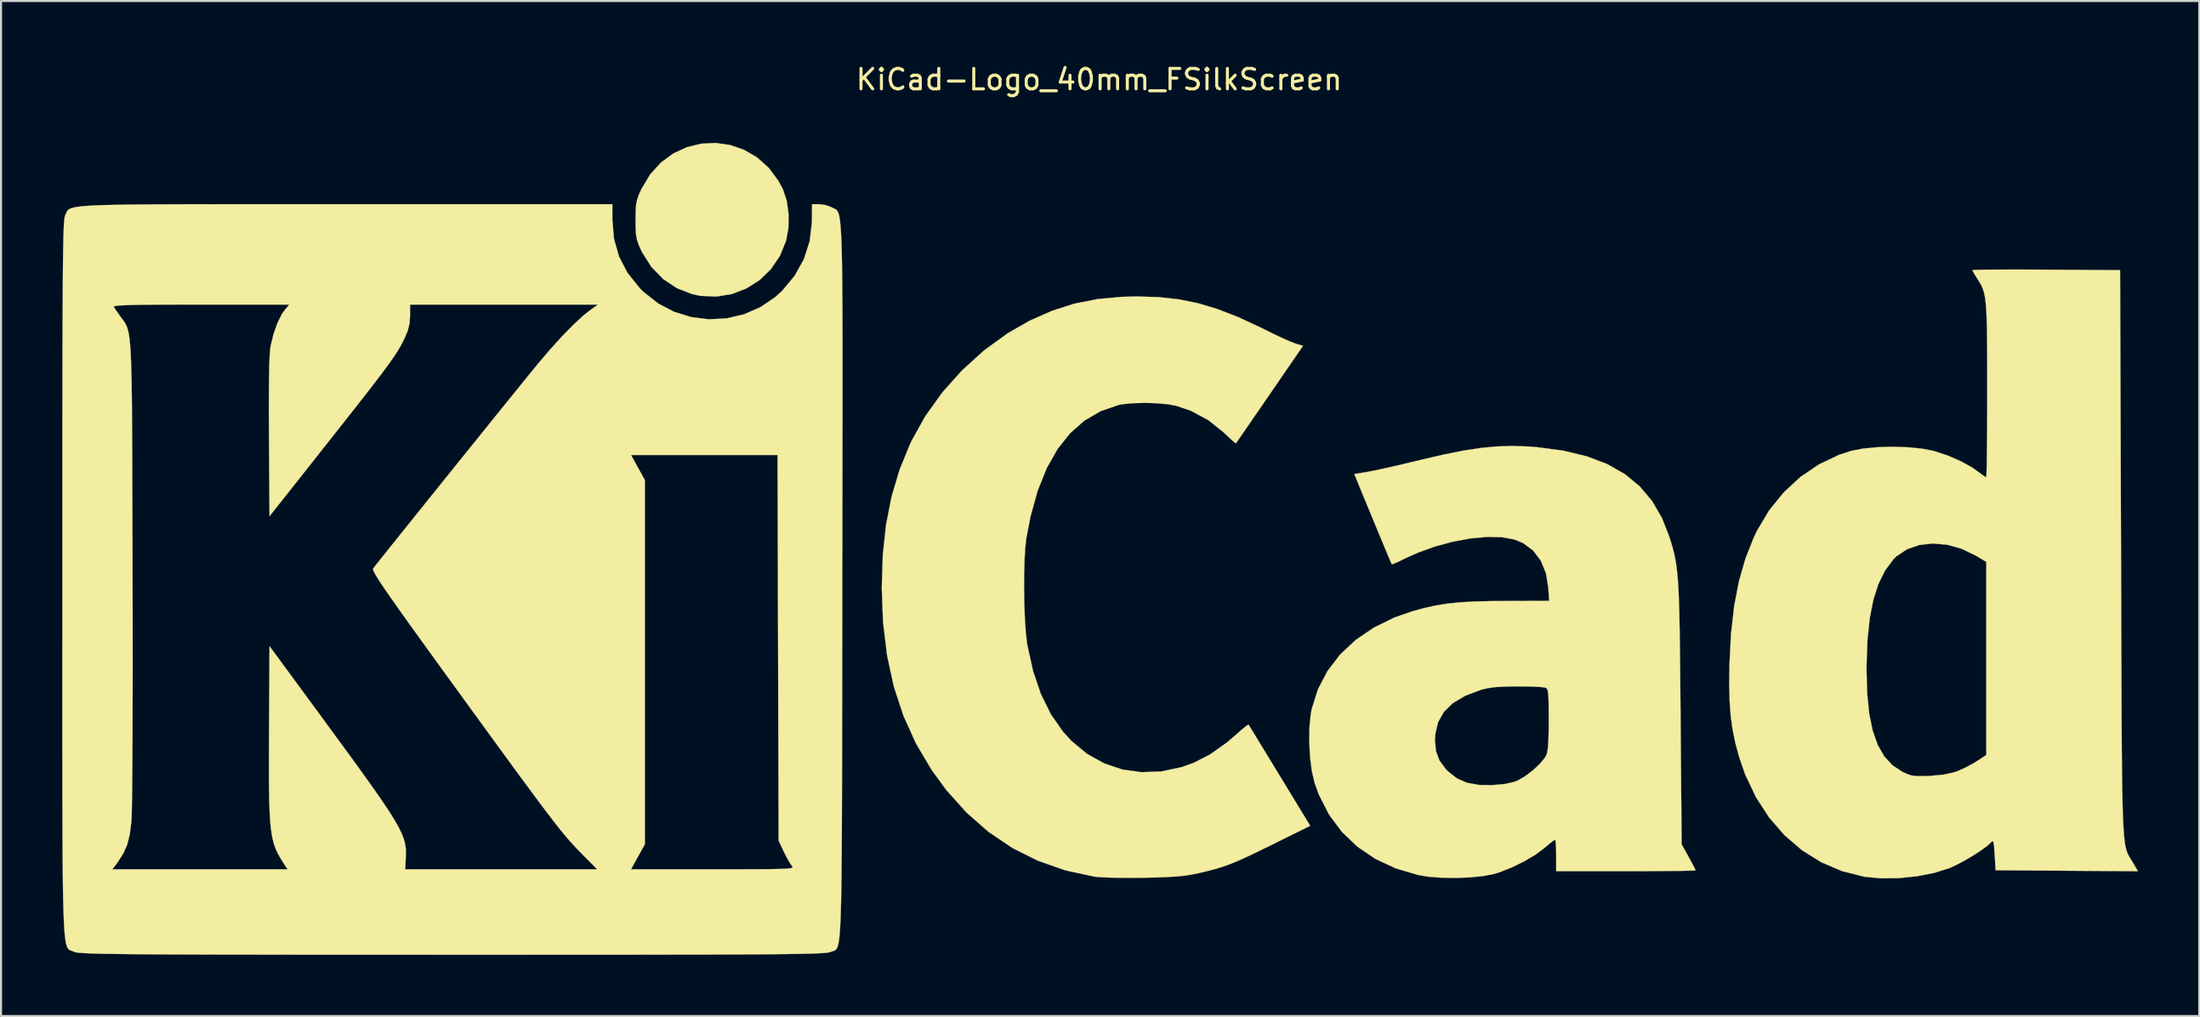
<source format=kicad_pcb>
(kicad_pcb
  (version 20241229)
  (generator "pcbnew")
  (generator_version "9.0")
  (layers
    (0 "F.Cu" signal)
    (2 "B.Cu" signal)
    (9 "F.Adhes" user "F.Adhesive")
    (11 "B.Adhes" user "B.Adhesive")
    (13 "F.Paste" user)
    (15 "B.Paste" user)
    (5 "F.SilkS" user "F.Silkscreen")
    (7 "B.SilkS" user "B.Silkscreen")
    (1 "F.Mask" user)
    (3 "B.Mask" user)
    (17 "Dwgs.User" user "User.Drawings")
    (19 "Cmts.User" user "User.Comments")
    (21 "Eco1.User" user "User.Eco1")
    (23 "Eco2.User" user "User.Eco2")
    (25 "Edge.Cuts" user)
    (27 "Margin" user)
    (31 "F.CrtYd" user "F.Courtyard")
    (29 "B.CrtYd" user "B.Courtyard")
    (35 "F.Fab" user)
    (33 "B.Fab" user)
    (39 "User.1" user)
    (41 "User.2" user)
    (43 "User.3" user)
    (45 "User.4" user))
  (footprint "KiCad-Logo_40mm_FSilkScreen"
    (layer "F.Cu")
    (at 50.806 23.708)
    (property "Reference" "KiCad-Logo_40mm_FSilkScreen" (at 0 -22.86 0) (layer "F.SilkS") (effects (font (size 1 1) (thickness 0.15))))
    (attr exclude_from_pos_files exclude_from_bom)
    (fp_poly (pts (xy -18.076 -19.651) (xy -17.392 -19.413) (xy -16.756 -19.04) (xy -16.187 -18.531) (xy -15.708 -17.886) (xy -15.493 -17.48) (xy -15.306 -16.911) (xy -15.216 -16.254) (xy -15.226 -15.579) (xy -15.337 -14.968) (xy -15.641 -14.22) (xy -16.081 -13.572) (xy -16.635 -13.035) (xy -17.282 -12.624) (xy -17.998 -12.349) (xy -18.761 -12.225) (xy -19.549 -12.263) (xy -19.938 -12.345) (xy -20.695 -12.64) (xy -21.367 -13.089) (xy -21.938 -13.679) (xy -22.393 -14.397) (xy -22.431 -14.475) (xy -22.564 -14.769) (xy -22.647 -15.017) (xy -22.693 -15.278) (xy -22.711 -15.613) (xy -22.714 -15.977) (xy -22.709 -16.415) (xy -22.686 -16.732) (xy -22.634 -16.987) (xy -22.541 -17.243) (xy -22.426 -17.496) (xy -21.998 -18.213) (xy -21.47 -18.793) (xy -20.864 -19.237) (xy -20.201 -19.545) (xy -19.501 -19.716) (xy -18.786 -19.751) (xy -18.076 -19.651)) (stroke (width 0.01) (type solid)) (fill yes) (layer "F.SilkS"))
    (fp_poly (pts (xy 2.917 -12.197) (xy 3.899 -12.09) (xy 4.85 -11.898) (xy 5.809 -11.61) (xy 6.815 -11.218) (xy 7.907 -10.711) (xy 8.103 -10.613) (xy 8.554 -10.39) (xy 8.98 -10.19) (xy 9.338 -10.031) (xy 9.586 -9.933) (xy 9.624 -9.92) (xy 9.989 -9.811) (xy 8.354 -7.432) (xy 7.954 -6.85) (xy 7.588 -6.319) (xy 7.27 -5.856) (xy 7.01 -5.479) (xy 6.822 -5.207) (xy 6.718 -5.057) (xy 6.701 -5.033) (xy 6.632 -5.083) (xy 6.463 -5.232) (xy 6.223 -5.454) (xy 6.091 -5.58) (xy 5.343 -6.175) (xy 4.502 -6.627) (xy 3.778 -6.875) (xy 3.343 -6.953) (xy 2.799 -7) (xy 2.209 -7.016) (xy 1.638 -7) (xy 1.148 -6.951) (xy 0.953 -6.914) (xy 0.074 -6.611) (xy -0.719 -6.149) (xy -1.424 -5.528) (xy -2.041 -4.75) (xy -2.569 -3.815) (xy -3.008 -2.723) (xy -3.356 -1.477) (xy -3.564 -0.41) (xy -3.618 0.061) (xy -3.655 0.67) (xy -3.675 1.372) (xy -3.678 2.125) (xy -3.666 2.883) (xy -3.637 3.605) (xy -3.593 4.245) (xy -3.534 4.76) (xy -3.521 4.839) (xy -3.239 6.12) (xy -2.855 7.253) (xy -2.366 8.244) (xy -1.771 9.098) (xy -1.348 9.559) (xy -0.588 10.186) (xy 0.245 10.651) (xy 1.138 10.951) (xy 2.076 11.083) (xy 3.045 11.046) (xy 4.031 10.837) (xy 4.614 10.632) (xy 5.422 10.221) (xy 6.253 9.633) (xy 6.719 9.235) (xy 6.981 9.004) (xy 7.187 8.835) (xy 7.304 8.754) (xy 7.318 8.751) (xy 7.37 8.835) (xy 7.506 9.054) (xy 7.713 9.392) (xy 7.979 9.829) (xy 8.295 10.346) (xy 8.647 10.924) (xy 8.843 11.246) (xy 10.342 13.707) (xy 8.471 14.632) (xy 7.795 14.964) (xy 7.247 15.226) (xy 6.794 15.43) (xy 6.402 15.591) (xy 6.039 15.72) (xy 5.67 15.831) (xy 5.262 15.937) (xy 4.871 16.03) (xy 4.523 16.102) (xy 4.159 16.156) (xy 3.744 16.196) (xy 3.239 16.224) (xy 2.609 16.244) (xy 2.185 16.252) (xy 1.579 16.258) (xy 0.999 16.255) (xy 0.481 16.245) (xy 0.066 16.227) (xy -0.209 16.202) (xy -0.226 16.2) (xy -1.656 15.891) (xy -2.999 15.421) (xy -4.254 14.793) (xy -5.421 14.005) (xy -6.499 13.058) (xy -7.489 11.953) (xy -8.206 10.97) (xy -8.969 9.684) (xy -9.585 8.326) (xy -10.059 6.885) (xy -10.392 5.35) (xy -10.588 3.711) (xy -10.65 2.046) (xy -10.599 0.435) (xy -10.439 -1.051) (xy -10.166 -2.437) (xy -9.774 -3.749) (xy -9.257 -5.012) (xy -9.196 -5.142) (xy -8.516 -6.365) (xy -7.682 -7.529) (xy -6.716 -8.609) (xy -5.643 -9.582) (xy -4.485 -10.424) (xy -3.407 -11.041) (xy -2.317 -11.524) (xy -1.225 -11.875) (xy -0.089 -12.101) (xy 1.135 -12.213) (xy 1.866 -12.23) (xy 2.917 -12.197)) (stroke (width 0.01) (type solid)) (fill yes) (layer "F.SilkS"))
    (fp_poly (pts (xy 45.37 -13.548) (xy 46.144 -13.545) (xy 46.407 -13.543) (xy 50.026 -13.519) (xy 50.072 0.364) (xy 50.078 2.247) (xy 50.083 3.956) (xy 50.088 5.501) (xy 50.093 6.891) (xy 50.098 8.133) (xy 50.104 9.238) (xy 50.111 10.214) (xy 50.12 11.07) (xy 50.13 11.814) (xy 50.142 12.456) (xy 50.157 13.005) (xy 50.174 13.468) (xy 50.195 13.855) (xy 50.219 14.176) (xy 50.246 14.438) (xy 50.278 14.651) (xy 50.314 14.823) (xy 50.355 14.963) (xy 50.401 15.08) (xy 50.453 15.184) (xy 50.511 15.282) (xy 50.574 15.384) (xy 50.644 15.498) (xy 50.659 15.522) (xy 50.9 15.934) (xy 43.927 15.886) (xy 43.881 15.12) (xy 43.856 14.753) (xy 43.83 14.54) (xy 43.795 14.456) (xy 43.743 14.473) (xy 43.699 14.522) (xy 43.507 14.699) (xy 43.195 14.926) (xy 42.806 15.177) (xy 42.384 15.424) (xy 41.974 15.64) (xy 41.659 15.782) (xy 40.921 16.015) (xy 40.074 16.181) (xy 39.181 16.272) (xy 38.304 16.282) (xy 37.506 16.205) (xy 37.493 16.203) (xy 36.401 15.929) (xy 35.379 15.492) (xy 34.436 14.903) (xy 33.583 14.169) (xy 32.829 13.301) (xy 32.185 12.308) (xy 31.659 11.2) (xy 31.373 10.378) (xy 31.185 9.691) (xy 31.045 9.026) (xy 30.949 8.342) (xy 30.894 7.599) (xy 30.875 6.757) (xy 30.883 6.069) (xy 37.601 6.069) (xy 37.633 7.222) (xy 37.733 8.215) (xy 37.905 9.055) (xy 38.152 9.752) (xy 38.476 10.314) (xy 38.881 10.75) (xy 39.348 11.058) (xy 39.592 11.173) (xy 39.803 11.242) (xy 40.038 11.274) (xy 40.354 11.276) (xy 40.695 11.264) (xy 41.364 11.205) (xy 41.894 11.089) (xy 42.06 11.031) (xy 42.44 10.86) (xy 42.841 10.645) (xy 43.016 10.538) (xy 43.471 10.239) (xy 43.471 0.776) (xy 42.971 0.476) (xy 42.272 0.136) (xy 41.559 -0.064) (xy 40.856 -0.127) (xy 40.191 -0.054) (xy 39.589 0.154) (xy 39.075 0.496) (xy 38.91 0.66) (xy 38.511 1.197) (xy 38.188 1.848) (xy 37.938 2.623) (xy 37.759 3.534) (xy 37.648 4.591) (xy 37.603 5.807) (xy 37.601 6.069) (xy 30.883 6.069) (xy 30.887 5.783) (xy 30.964 4.284) (xy 31.118 2.932) (xy 31.354 1.708) (xy 31.676 0.59) (xy 32.087 -0.439) (xy 32.234 -0.744) (xy 32.825 -1.739) (xy 33.54 -2.623) (xy 34.361 -3.383) (xy 35.272 -4.002) (xy 36.255 -4.469) (xy 36.845 -4.661) (xy 37.424 -4.775) (xy 38.121 -4.843) (xy 38.877 -4.865) (xy 39.634 -4.84) (xy 40.333 -4.77) (xy 40.895 -4.659) (xy 41.563 -4.442) (xy 42.211 -4.162) (xy 42.777 -3.849) (xy 43.079 -3.636) (xy 43.287 -3.478) (xy 43.433 -3.382) (xy 43.466 -3.368) (xy 43.476 -3.457) (xy 43.486 -3.709) (xy 43.495 -4.108) (xy 43.502 -4.635) (xy 43.508 -5.273) (xy 43.513 -6.005) (xy 43.516 -6.811) (xy 43.517 -7.633) (xy 43.516 -8.685) (xy 43.514 -9.572) (xy 43.507 -10.311) (xy 43.496 -10.919) (xy 43.478 -11.413) (xy 43.452 -11.809) (xy 43.416 -12.125) (xy 43.369 -12.378) (xy 43.308 -12.584) (xy 43.234 -12.762) (xy 43.144 -12.926) (xy 43.036 -13.096) (xy 43.022 -13.117) (xy 42.884 -13.336) (xy 42.8 -13.487) (xy 42.789 -13.518) (xy 42.876 -13.528) (xy 43.127 -13.537) (xy 43.521 -13.543) (xy 44.039 -13.547) (xy 44.662 -13.549) (xy 45.37 -13.548)) (stroke (width 0.01) (type solid)) (fill yes) (layer "F.SilkS"))
    (fp_poly (pts (xy 21.003 -4.879) (xy 21.454 -4.845) (xy 22.745 -4.673) (xy 23.888 -4.399) (xy 24.889 -4.019) (xy 25.753 -3.53) (xy 26.486 -2.927) (xy 27.094 -2.207) (xy 27.583 -1.365) (xy 27.939 -0.455) (xy 28.03 -0.165) (xy 28.109 0.107) (xy 28.177 0.375) (xy 28.235 0.654) (xy 28.284 0.958) (xy 28.325 1.303) (xy 28.36 1.702) (xy 28.388 2.171) (xy 28.411 2.723) (xy 28.43 3.374) (xy 28.445 4.139) (xy 28.458 5.031) (xy 28.469 6.066) (xy 28.48 7.259) (xy 28.488 8.194) (xy 28.541 14.612) (xy 28.882 15.229) (xy 29.044 15.527) (xy 29.164 15.758) (xy 29.222 15.881) (xy 29.224 15.89) (xy 29.136 15.899) (xy 28.886 15.908) (xy 28.494 15.916) (xy 27.979 15.922) (xy 27.362 15.927) (xy 26.663 15.931) (xy 25.901 15.932) (xy 25.81 15.932) (xy 22.396 15.932) (xy 22.396 15.158) (xy 22.39 14.808) (xy 22.374 14.541) (xy 22.352 14.398) (xy 22.342 14.384) (xy 22.252 14.44) (xy 22.066 14.586) (xy 21.824 14.791) (xy 21.819 14.795) (xy 21.378 15.124) (xy 20.82 15.454) (xy 20.21 15.752) (xy 19.61 15.988) (xy 19.346 16.068) (xy 18.82 16.17) (xy 18.175 16.235) (xy 17.469 16.263) (xy 16.762 16.251) (xy 16.113 16.2) (xy 15.659 16.126) (xy 14.545 15.799) (xy 13.542 15.333) (xy 12.657 14.733) (xy 11.896 14.006) (xy 11.265 13.158) (xy 10.772 12.193) (xy 10.559 11.608) (xy 10.426 11.039) (xy 10.338 10.356) (xy 10.297 9.622) (xy 10.298 9.515) (xy 16.455 9.515) (xy 16.506 10.06) (xy 16.676 10.513) (xy 16.991 10.934) (xy 17.111 11.057) (xy 17.54 11.391) (xy 18.036 11.604) (xy 18.63 11.708) (xy 19.256 11.715) (xy 19.849 11.665) (xy 20.304 11.567) (xy 20.501 11.493) (xy 20.857 11.292) (xy 21.233 11.009) (xy 21.577 10.691) (xy 21.834 10.386) (xy 21.902 10.274) (xy 21.955 10.117) (xy 21.993 9.868) (xy 22.017 9.502) (xy 22.029 8.996) (xy 22.032 8.514) (xy 22.03 7.952) (xy 22.023 7.546) (xy 22.008 7.269) (xy 21.983 7.094) (xy 21.944 6.996) (xy 21.889 6.947) (xy 21.872 6.939) (xy 21.725 6.915) (xy 21.435 6.895) (xy 21.042 6.882) (xy 20.583 6.876) (xy 20.484 6.876) (xy 19.871 6.886) (xy 19.398 6.915) (xy 19.022 6.967) (xy 18.711 7.044) (xy 17.941 7.335) (xy 17.337 7.693) (xy 16.893 8.124) (xy 16.606 8.633) (xy 16.469 9.227) (xy 16.455 9.515) (xy 10.298 9.515) (xy 10.306 8.899) (xy 10.368 8.252) (xy 10.416 7.991) (xy 10.722 7.02) (xy 11.189 6.127) (xy 11.806 5.32) (xy 12.565 4.607) (xy 13.458 3.998) (xy 14.475 3.501) (xy 15.34 3.199) (xy 15.918 3.04) (xy 16.471 2.917) (xy 17.034 2.825) (xy 17.644 2.761) (xy 18.337 2.72) (xy 19.147 2.698) (xy 19.88 2.692) (xy 22.052 2.686) (xy 22.01 2.033) (xy 21.892 1.324) (xy 21.641 0.715) (xy 21.267 0.221) (xy 20.781 -0.143) (xy 20.354 -0.321) (xy 19.741 -0.433) (xy 19.011 -0.449) (xy 18.199 -0.375) (xy 17.339 -0.217) (xy 16.465 0.019) (xy 15.61 0.327) (xy 14.989 0.609) (xy 14.691 0.754) (xy 14.463 0.855) (xy 14.347 0.895) (xy 14.341 0.893) (xy 14.301 0.805) (xy 14.201 0.571) (xy 14.051 0.213) (xy 13.859 -0.246) (xy 13.636 -0.784) (xy 13.409 -1.332) (xy 12.503 -3.529) (xy 13.148 -3.635) (xy 13.427 -3.688) (xy 13.847 -3.777) (xy 14.372 -3.894) (xy 14.965 -4.032) (xy 15.592 -4.181) (xy 15.841 -4.241) (xy 16.919 -4.491) (xy 17.864 -4.679) (xy 18.709 -4.808) (xy 19.491 -4.881) (xy 20.243 -4.904) (xy 21.003 -4.879)) (stroke (width 0.01) (type solid)) (fill yes) (layer "F.SilkS"))
    (fp_poly (pts (xy -39.491 -16.752) (xy -37.737 -16.751) (xy -36.921 -16.751) (xy -23.852 -16.751) (xy -23.852 -15.981) (xy -23.77 -15.043) (xy -23.522 -14.179) (xy -23.106 -13.382) (xy -22.519 -12.648) (xy -22.32 -12.449) (xy -21.606 -11.887) (xy -20.819 -11.476) (xy -19.982 -11.218) (xy -19.118 -11.112) (xy -18.251 -11.157) (xy -17.405 -11.354) (xy -16.602 -11.703) (xy -15.866 -12.202) (xy -15.535 -12.503) (xy -14.919 -13.242) (xy -14.468 -14.054) (xy -14.184 -14.931) (xy -14.073 -15.863) (xy -14.071 -15.955) (xy -14.066 -16.751) (xy -13.715 -16.751) (xy -13.405 -16.709) (xy -13.121 -16.607) (xy -13.102 -16.596) (xy -13.038 -16.563) (xy -12.98 -16.537) (xy -12.926 -16.511) (xy -12.877 -16.477) (xy -12.832 -16.428) (xy -12.792 -16.356) (xy -12.756 -16.254) (xy -12.724 -16.114) (xy -12.696 -15.928) (xy -12.672 -15.689) (xy -12.65 -15.39) (xy -12.632 -15.023) (xy -12.617 -14.58) (xy -12.604 -14.054) (xy -12.594 -13.438) (xy -12.586 -12.723) (xy -12.58 -11.902) (xy -12.576 -10.968) (xy -12.574 -9.913) (xy -12.573 -8.73) (xy -12.573 -7.411) (xy -12.575 -5.948) (xy -12.577 -4.335) (xy -12.579 -2.562) (xy -12.582 -0.624) (xy -12.585 1.488) (xy -12.585 1.745) (xy -12.588 3.871) (xy -12.59 5.822) (xy -12.592 7.606) (xy -12.595 9.23) (xy -12.597 10.703) (xy -12.6 12.031) (xy -12.604 13.223) (xy -12.609 14.285) (xy -12.615 15.225) (xy -12.623 16.051) (xy -12.632 16.77) (xy -12.644 17.391) (xy -12.658 17.919) (xy -12.674 18.364) (xy -12.693 18.732) (xy -12.715 19.031) (xy -12.74 19.268) (xy -12.769 19.452) (xy -12.801 19.589) (xy -12.838 19.688) (xy -12.878 19.755) (xy -12.923 19.798) (xy -12.973 19.825) (xy -13.027 19.844) (xy -13.087 19.861) (xy -13.152 19.885) (xy -13.168 19.892) (xy -13.218 19.908) (xy -13.302 19.923) (xy -13.426 19.937) (xy -13.599 19.949) (xy -13.828 19.961) (xy -14.12 19.971) (xy -14.481 19.98) (xy -14.921 19.988) (xy -15.445 19.995) (xy -16.061 20.001) (xy -16.777 20.007) (xy -17.599 20.011) (xy -18.536 20.015) (xy -19.594 20.019) (xy -20.78 20.021) (xy -22.103 20.023) (xy -23.569 20.025) (xy -25.185 20.026) (xy -26.96 20.026) (xy -28.899 20.027) (xy -31.011 20.027) (xy -31.695 20.027) (xy -33.854 20.026) (xy -35.839 20.026) (xy -37.656 20.025) (xy -39.313 20.024) (xy -40.818 20.022) (xy -42.177 20.02) (xy -43.399 20.018) (xy -44.491 20.014) (xy -45.459 20.011) (xy -46.312 20.006) (xy -47.057 20.001) (xy -47.701 19.995) (xy -48.252 19.988) (xy -48.717 19.981) (xy -49.103 19.972) (xy -49.419 19.962) (xy -49.67 19.951) (xy -49.865 19.94) (xy -50.011 19.926) (xy -50.116 19.912) (xy -50.186 19.896) (xy -50.225 19.882) (xy -50.293 19.853) (xy -50.355 19.832) (xy -50.413 19.811) (xy -50.465 19.782) (xy -50.512 19.738) (xy -50.555 19.672) (xy -50.593 19.576) (xy -50.627 19.442) (xy -50.657 19.262) (xy -50.684 19.031) (xy -50.707 18.739) (xy -50.726 18.379) (xy -50.743 17.944) (xy -50.757 17.426) (xy -50.769 16.818) (xy -50.778 16.112) (xy -50.781 15.841) (xy -48.351 15.841) (xy -39.763 15.841) (xy -39.929 15.591) (xy -40.093 15.333) (xy -40.232 15.088) (xy -40.348 14.838) (xy -40.443 14.567) (xy -40.518 14.255) (xy -40.577 13.888) (xy -40.62 13.447) (xy -40.649 12.916) (xy -40.668 12.277) (xy -40.677 11.513) (xy -40.679 10.607) (xy -40.675 9.542) (xy -40.673 9.146) (xy -40.649 4.907) (xy -37.963 8.563) (xy -37.203 9.601) (xy -36.543 10.504) (xy -35.979 11.285) (xy -35.502 11.956) (xy -35.105 12.529) (xy -34.781 13.015) (xy -34.523 13.428) (xy -34.325 13.778) (xy -34.178 14.078) (xy -34.076 14.34) (xy -34.011 14.575) (xy -33.977 14.796) (xy -33.967 15.014) (xy -33.972 15.242) (xy -33.974 15.271) (xy -34.003 15.841) (xy -29.297 15.841) (xy -24.592 15.841) (xy -25.292 15.135) (xy -25.482 14.942) (xy -25.662 14.754) (xy -25.84 14.561) (xy -26.025 14.353) (xy -26.223 14.118) (xy -26.443 13.848) (xy -26.693 13.53) (xy -26.981 13.156) (xy -27.315 12.715) (xy -27.702 12.195) (xy -28.15 11.588) (xy -28.668 10.883) (xy -29.262 10.068) (xy -29.942 9.135) (xy -30.716 8.072) (xy -31.349 7.2) (xy -32.145 6.104) (xy -32.838 5.147) (xy -33.437 4.317) (xy -33.947 3.608) (xy -34.373 3.008) (xy -34.724 2.51) (xy -35.005 2.104) (xy -35.221 1.781) (xy -35.38 1.532) (xy -35.488 1.348) (xy -35.551 1.22) (xy -35.576 1.139) (xy -35.568 1.096) (xy -35.48 0.982) (xy -35.288 0.74) (xy -35.006 0.386) (xy -34.643 -0.067) (xy -34.213 -0.604) (xy -33.725 -1.211) (xy -33.193 -1.874) (xy -32.627 -2.578) (xy -32.039 -3.309) (xy -31.441 -4.052) (xy -31.111 -4.461) (xy -22.938 -4.461) (xy -22.599 -3.846) (xy -22.259 -3.232) (xy -22.259 14.612) (xy -22.599 15.226) (xy -22.938 15.841) (xy -18.92 15.841) (xy -17.961 15.841) (xy -17.169 15.839) (xy -16.528 15.836) (xy -16.024 15.831) (xy -15.642 15.823) (xy -15.366 15.812) (xy -15.181 15.796) (xy -15.071 15.776) (xy -15.023 15.75) (xy -15.021 15.718) (xy -15.048 15.679) (xy -15.049 15.679) (xy -15.163 15.513) (xy -15.315 15.243) (xy -15.45 14.974) (xy -15.704 14.43) (xy -15.73 4.984) (xy -15.756 -4.461) (xy -22.938 -4.461) (xy -31.111 -4.461) (xy -30.843 -4.794) (xy -30.258 -5.519) (xy -29.698 -6.215) (xy -29.173 -6.865) (xy -28.695 -7.456) (xy -28.276 -7.974) (xy -27.928 -8.403) (xy -27.661 -8.731) (xy -27.505 -8.922) (xy -26.897 -9.636) (xy -26.312 -10.281) (xy -25.77 -10.834) (xy -25.293 -11.276) (xy -24.954 -11.547) (xy -24.553 -11.835) (xy -33.766 -11.835) (xy -33.764 -11.295) (xy -33.789 -10.897) (xy -33.886 -10.529) (xy -34.036 -10.179) (xy -34.133 -9.982) (xy -34.238 -9.786) (xy -34.36 -9.58) (xy -34.508 -9.349) (xy -34.692 -9.081) (xy -34.922 -8.763) (xy -35.206 -8.382) (xy -35.556 -7.924) (xy -35.98 -7.378) (xy -36.488 -6.729) (xy -37.089 -5.966) (xy -37.793 -5.075) (xy -37.872 -4.974) (xy -40.649 -1.463) (xy -40.676 -5.352) (xy -40.681 -6.516) (xy -40.68 -7.503) (xy -40.672 -8.313) (xy -40.658 -8.952) (xy -40.637 -9.421) (xy -40.609 -9.725) (xy -40.599 -9.783) (xy -40.452 -10.39) (xy -40.259 -10.937) (xy -40.038 -11.377) (xy -39.906 -11.563) (xy -39.677 -11.835) (xy -44.015 -11.835) (xy -45.05 -11.834) (xy -45.915 -11.831) (xy -46.623 -11.826) (xy -47.188 -11.818) (xy -47.62 -11.807) (xy -47.934 -11.793) (xy -48.141 -11.775) (xy -48.254 -11.753) (xy -48.286 -11.727) (xy -48.284 -11.721) (xy -48.192 -11.583) (xy -48.039 -11.363) (xy -47.959 -11.251) (xy -47.877 -11.14) (xy -47.803 -11.041) (xy -47.737 -10.944) (xy -47.679 -10.838) (xy -47.627 -10.716) (xy -47.582 -10.566) (xy -47.542 -10.378) (xy -47.509 -10.144) (xy -47.48 -9.854) (xy -47.456 -9.497) (xy -47.436 -9.063) (xy -47.42 -8.544) (xy -47.407 -7.929) (xy -47.396 -7.208) (xy -47.388 -6.372) (xy -47.382 -5.411) (xy -47.377 -4.315) (xy -47.373 -3.075) (xy -47.369 -1.68) (xy -47.365 -0.121) (xy -47.362 1.311) (xy -47.358 2.908) (xy -47.357 4.431) (xy -47.356 5.872) (xy -47.358 7.219) (xy -47.361 8.464) (xy -47.365 9.597) (xy -47.37 10.608) (xy -47.377 11.487) (xy -47.385 12.225) (xy -47.395 12.812) (xy -47.405 13.238) (xy -47.417 13.493) (xy -47.419 13.52) (xy -47.5 14.139) (xy -47.625 14.635) (xy -47.817 15.069) (xy -48.095 15.498) (xy -48.129 15.545) (xy -48.351 15.841) (xy -50.781 15.841) (xy -50.786 15.3) (xy -50.791 14.376) (xy -50.795 13.332) (xy -50.798 12.159) (xy -50.8 10.851) (xy -50.801 9.4) (xy -50.801 7.798) (xy -50.801 6.038) (xy -50.8 4.113) (xy -50.8 2.014) (xy -50.8 1.598) (xy -50.8 -0.523) (xy -50.799 -2.469) (xy -50.799 -4.248) (xy -50.798 -5.867) (xy -50.796 -7.334) (xy -50.794 -8.656) (xy -50.791 -9.841) (xy -50.788 -10.897) (xy -50.784 -11.83) (xy -50.779 -12.648) (xy -50.774 -13.359) (xy -50.768 -13.97) (xy -50.76 -14.488) (xy -50.752 -14.922) (xy -50.743 -15.278) (xy -50.733 -15.564) (xy -50.721 -15.788) (xy -50.708 -15.956) (xy -50.694 -16.077) (xy -50.679 -16.158) (xy -50.663 -16.207) (xy -50.662 -16.208) (xy -50.628 -16.282) (xy -50.599 -16.349) (xy -50.567 -16.409) (xy -50.524 -16.463) (xy -50.46 -16.511) (xy -50.367 -16.553) (xy -50.236 -16.59) (xy -50.057 -16.623) (xy -49.824 -16.65) (xy -49.525 -16.674) (xy -49.154 -16.693) (xy -48.701 -16.709) (xy -48.157 -16.722) (xy -47.514 -16.732) (xy -46.762 -16.739) (xy -45.894 -16.745) (xy -44.9 -16.748) (xy -43.771 -16.75) (xy -42.5 -16.751) (xy -41.076 -16.752) (xy -39.491 -16.752)) (stroke (width 0.01) (type solid)) (fill yes) (layer "F.SilkS")))
  (gr_rect
    (start -3 -3)
    (end 104.711 46.74)
    (stroke (width 0.1) (type default))
    (fill no)
    (layer "Edge.Cuts")))
</source>
